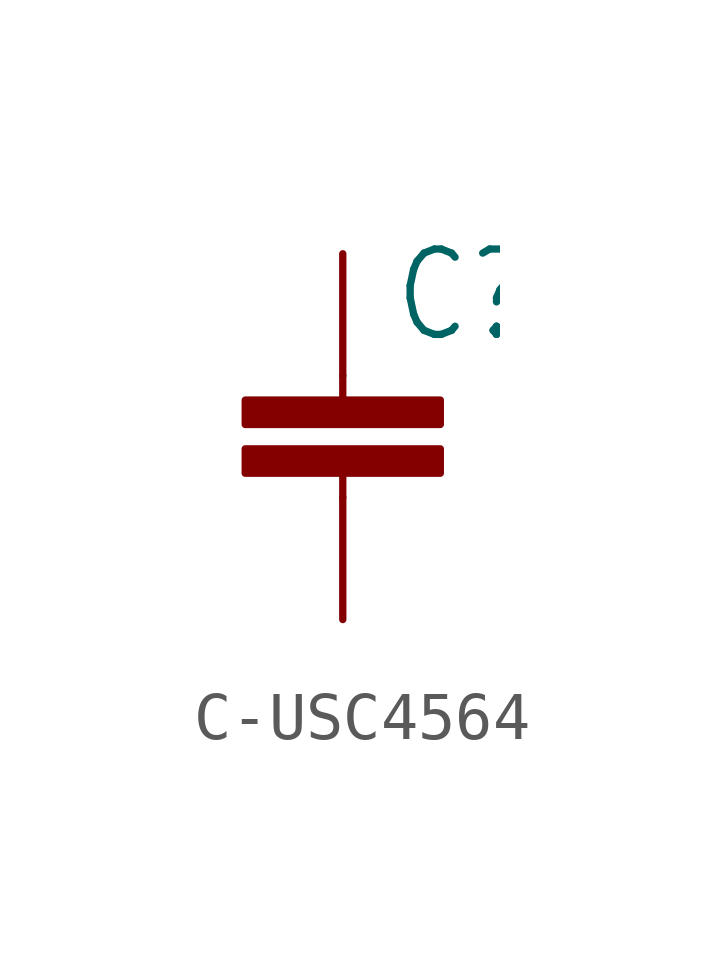
<source format=kicad_sym>
(kicad_symbol_lib
  (version 20231120)
  (generator "kicad_symbol_editor")
  (generator_version "8.99")
  (symbol "C-USC4564"
    (property "Reference" "C"
      (at 1.016 0.635 0)
      (effects (font (size 1.778 1.511)) (justify left bottom)))
    (property "Value" ""
      (at 1.016 -4.191 0)
      (effects (font (size 1.778 1.511)) (justify left bottom)))
    (property "ki_locked" ""
      (at 0 0 0)
      (effects (font (size 1.27 1.27))))
    (symbol "C-USC4564_1_0"
      (rectangle (start -2.032 -2.032) (end 2.032 -1.524) (stroke (width 0) (type default)) (fill (type outline)))
      (rectangle (start -2.032 -1.016) (end 2.032 -0.508) (stroke (width 0) (type default)) (fill (type outline)))
      (polyline (pts (xy 0 -2.54) (xy 0 -2.032)) (stroke (width 0.152) (type solid)) (fill (type none)))
      (polyline (pts (xy 0 0) (xy 0 -0.508)) (stroke (width 0.152) (type solid)) (fill (type none)))
      (pin passive line (at 0 2.54 270) (length 2.54) (name "1" (effects (font (size 0 0)))) (number "1" (effects (font (size 0 0)))))
      (pin passive line (at 0 -5.08 90) (length 2.54) (name "2" (effects (font (size 0 0)))) (number "2" (effects (font (size 0 0))))))))
</source>
